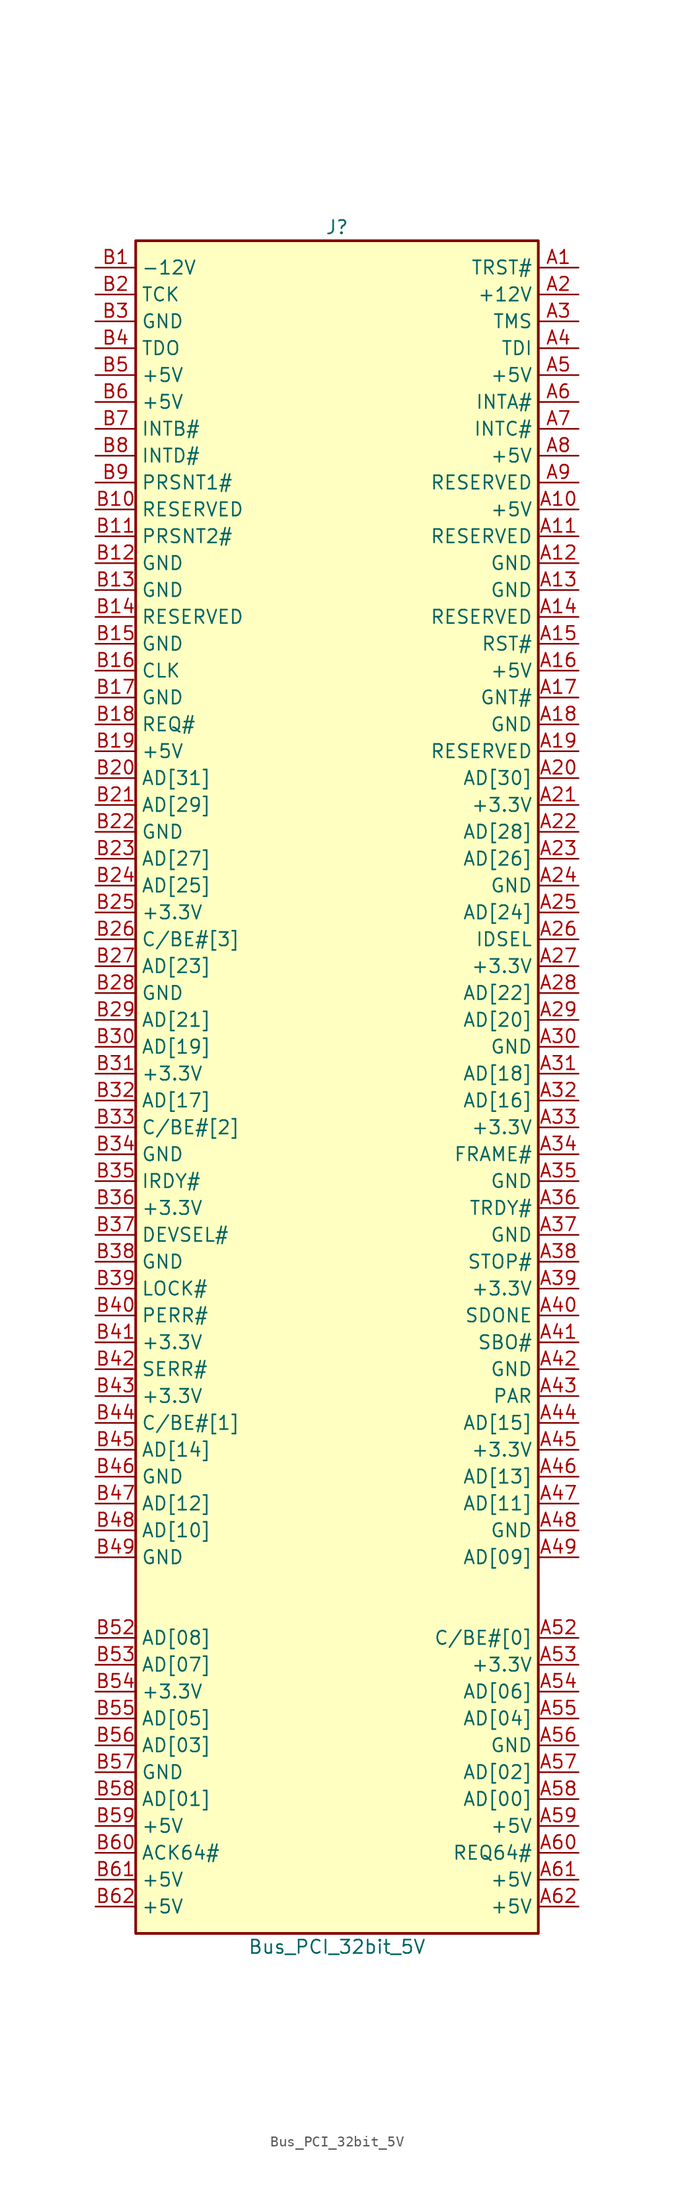
<source format=kicad_sym>
(kicad_symbol_lib
  (version 20220914)
  (generator kicad_symbol_editor)
  (symbol "Bus_PCI_32bit_5V"
    (property "Reference" "J"
      (at 0 80.01 0)
      (effects (font (size 1.27 1.27))))
    (property "Value" "Bus_PCI_32bit_5V"
      (at 0 -82.55 0)
      (effects (font (size 1.27 1.27))))
    (symbol "Bus_PCI_32bit_5V_0_1"
      (rectangle (start -19.05 -81.28) (end 19.05 78.74) (stroke (width 0.254) (type default)) (fill (type background))))
    (symbol "Bus_PCI_32bit_5V_1_1"
      (pin output line (at 22.86 76.2 180) (length 3.81) (name "TRST#" (effects (font (size 1.27 1.27)))) (number "A1" (effects (font (size 1.27 1.27)))))
      (pin power_in line (at 22.86 53.34 180) (length 3.81) (name "+5V" (effects (font (size 1.27 1.27)))) (number "A10" (effects (font (size 1.27 1.27)))))
      (pin passive line (at 22.86 50.8 180) (length 3.81) (name "RESERVED" (effects (font (size 1.27 1.27)))) (number "A11" (effects (font (size 1.27 1.27)))))
      (pin power_in line (at 22.86 48.26 180) (length 3.81) (name "GND" (effects (font (size 1.27 1.27)))) (number "A12" (effects (font (size 1.27 1.27)))))
      (pin power_in line (at 22.86 45.72 180) (length 3.81) (name "GND" (effects (font (size 1.27 1.27)))) (number "A13" (effects (font (size 1.27 1.27)))))
      (pin passive line (at 22.86 43.18 180) (length 3.81) (name "RESERVED" (effects (font (size 1.27 1.27)))) (number "A14" (effects (font (size 1.27 1.27)))))
      (pin output line (at 22.86 40.64 180) (length 3.81) (name "RST#" (effects (font (size 1.27 1.27)))) (number "A15" (effects (font (size 1.27 1.27)))))
      (pin power_in line (at 22.86 38.1 180) (length 3.81) (name "+5V" (effects (font (size 1.27 1.27)))) (number "A16" (effects (font (size 1.27 1.27)))))
      (pin bidirectional line (at 22.86 35.56 180) (length 3.81) (name "GNT#" (effects (font (size 1.27 1.27)))) (number "A17" (effects (font (size 1.27 1.27)))))
      (pin power_in line (at 22.86 33.02 180) (length 3.81) (name "GND" (effects (font (size 1.27 1.27)))) (number "A18" (effects (font (size 1.27 1.27)))))
      (pin passive line (at 22.86 30.48 180) (length 3.81) (name "RESERVED" (effects (font (size 1.27 1.27)))) (number "A19" (effects (font (size 1.27 1.27)))))
      (pin power_in line (at 22.86 73.66 180) (length 3.81) (name "+12V" (effects (font (size 1.27 1.27)))) (number "A2" (effects (font (size 1.27 1.27)))))
      (pin bidirectional line (at 22.86 27.94 180) (length 3.81) (name "AD[30]" (effects (font (size 1.27 1.27)))) (number "A20" (effects (font (size 1.27 1.27)))))
      (pin power_in line (at 22.86 25.4 180) (length 3.81) (name "+3.3V" (effects (font (size 1.27 1.27)))) (number "A21" (effects (font (size 1.27 1.27)))))
      (pin bidirectional line (at 22.86 22.86 180) (length 3.81) (name "AD[28]" (effects (font (size 1.27 1.27)))) (number "A22" (effects (font (size 1.27 1.27)))))
      (pin bidirectional line (at 22.86 20.32 180) (length 3.81) (name "AD[26]" (effects (font (size 1.27 1.27)))) (number "A23" (effects (font (size 1.27 1.27)))))
      (pin power_in line (at 22.86 17.78 180) (length 3.81) (name "GND" (effects (font (size 1.27 1.27)))) (number "A24" (effects (font (size 1.27 1.27)))))
      (pin bidirectional line (at 22.86 15.24 180) (length 3.81) (name "AD[24]" (effects (font (size 1.27 1.27)))) (number "A25" (effects (font (size 1.27 1.27)))))
      (pin output line (at 22.86 12.7 180) (length 3.81) (name "IDSEL" (effects (font (size 1.27 1.27)))) (number "A26" (effects (font (size 1.27 1.27)))))
      (pin power_in line (at 22.86 10.16 180) (length 3.81) (name "+3.3V" (effects (font (size 1.27 1.27)))) (number "A27" (effects (font (size 1.27 1.27)))))
      (pin bidirectional line (at 22.86 7.62 180) (length 3.81) (name "AD[22]" (effects (font (size 1.27 1.27)))) (number "A28" (effects (font (size 1.27 1.27)))))
      (pin bidirectional line (at 22.86 5.08 180) (length 3.81) (name "AD[20]" (effects (font (size 1.27 1.27)))) (number "A29" (effects (font (size 1.27 1.27)))))
      (pin output line (at 22.86 71.12 180) (length 3.81) (name "TMS" (effects (font (size 1.27 1.27)))) (number "A3" (effects (font (size 1.27 1.27)))))
      (pin power_in line (at 22.86 2.54 180) (length 3.81) (name "GND" (effects (font (size 1.27 1.27)))) (number "A30" (effects (font (size 1.27 1.27)))))
      (pin bidirectional line (at 22.86 0 180) (length 3.81) (name "AD[18]" (effects (font (size 1.27 1.27)))) (number "A31" (effects (font (size 1.27 1.27)))))
      (pin bidirectional line (at 22.86 -2.54 180) (length 3.81) (name "AD[16]" (effects (font (size 1.27 1.27)))) (number "A32" (effects (font (size 1.27 1.27)))))
      (pin power_in line (at 22.86 -5.08 180) (length 3.81) (name "+3.3V" (effects (font (size 1.27 1.27)))) (number "A33" (effects (font (size 1.27 1.27)))))
      (pin bidirectional line (at 22.86 -7.62 180) (length 3.81) (name "FRAME#" (effects (font (size 1.27 1.27)))) (number "A34" (effects (font (size 1.27 1.27)))))
      (pin power_in line (at 22.86 -10.16 180) (length 3.81) (name "GND" (effects (font (size 1.27 1.27)))) (number "A35" (effects (font (size 1.27 1.27)))))
      (pin bidirectional line (at 22.86 -12.7 180) (length 3.81) (name "TRDY#" (effects (font (size 1.27 1.27)))) (number "A36" (effects (font (size 1.27 1.27)))))
      (pin power_in line (at 22.86 -15.24 180) (length 3.81) (name "GND" (effects (font (size 1.27 1.27)))) (number "A37" (effects (font (size 1.27 1.27)))))
      (pin bidirectional line (at 22.86 -17.78 180) (length 3.81) (name "STOP#" (effects (font (size 1.27 1.27)))) (number "A38" (effects (font (size 1.27 1.27)))))
      (pin power_in line (at 22.86 -20.32 180) (length 3.81) (name "+3.3V" (effects (font (size 1.27 1.27)))) (number "A39" (effects (font (size 1.27 1.27)))))
      (pin output line (at 22.86 68.58 180) (length 3.81) (name "TDI" (effects (font (size 1.27 1.27)))) (number "A4" (effects (font (size 1.27 1.27)))))
      (pin bidirectional line (at 22.86 -22.86 180) (length 3.81) (name "SDONE" (effects (font (size 1.27 1.27)))) (number "A40" (effects (font (size 1.27 1.27)))))
      (pin bidirectional line (at 22.86 -25.4 180) (length 3.81) (name "SBO#" (effects (font (size 1.27 1.27)))) (number "A41" (effects (font (size 1.27 1.27)))))
      (pin power_in line (at 22.86 -27.94 180) (length 3.81) (name "GND" (effects (font (size 1.27 1.27)))) (number "A42" (effects (font (size 1.27 1.27)))))
      (pin bidirectional line (at 22.86 -30.48 180) (length 3.81) (name "PAR" (effects (font (size 1.27 1.27)))) (number "A43" (effects (font (size 1.27 1.27)))))
      (pin bidirectional line (at 22.86 -33.02 180) (length 3.81) (name "AD[15]" (effects (font (size 1.27 1.27)))) (number "A44" (effects (font (size 1.27 1.27)))))
      (pin power_in line (at 22.86 -35.56 180) (length 3.81) (name "+3.3V" (effects (font (size 1.27 1.27)))) (number "A45" (effects (font (size 1.27 1.27)))))
      (pin bidirectional line (at 22.86 -38.1 180) (length 3.81) (name "AD[13]" (effects (font (size 1.27 1.27)))) (number "A46" (effects (font (size 1.27 1.27)))))
      (pin bidirectional line (at 22.86 -40.64 180) (length 3.81) (name "AD[11]" (effects (font (size 1.27 1.27)))) (number "A47" (effects (font (size 1.27 1.27)))))
      (pin power_in line (at 22.86 -43.18 180) (length 3.81) (name "GND" (effects (font (size 1.27 1.27)))) (number "A48" (effects (font (size 1.27 1.27)))))
      (pin bidirectional line (at 22.86 -45.72 180) (length 3.81) (name "AD[09]" (effects (font (size 1.27 1.27)))) (number "A49" (effects (font (size 1.27 1.27)))))
      (pin power_in line (at 22.86 66.04 180) (length 3.81) (name "+5V" (effects (font (size 1.27 1.27)))) (number "A5" (effects (font (size 1.27 1.27)))))
      (pin bidirectional line (at 22.86 -53.34 180) (length 3.81) (name "C/BE#[0]" (effects (font (size 1.27 1.27)))) (number "A52" (effects (font (size 1.27 1.27)))))
      (pin power_in line (at 22.86 -55.88 180) (length 3.81) (name "+3.3V" (effects (font (size 1.27 1.27)))) (number "A53" (effects (font (size 1.27 1.27)))))
      (pin bidirectional line (at 22.86 -58.42 180) (length 3.81) (name "AD[06]" (effects (font (size 1.27 1.27)))) (number "A54" (effects (font (size 1.27 1.27)))))
      (pin bidirectional line (at 22.86 -60.96 180) (length 3.81) (name "AD[04]" (effects (font (size 1.27 1.27)))) (number "A55" (effects (font (size 1.27 1.27)))))
      (pin power_in line (at 22.86 -63.5 180) (length 3.81) (name "GND" (effects (font (size 1.27 1.27)))) (number "A56" (effects (font (size 1.27 1.27)))))
      (pin bidirectional line (at 22.86 -66.04 180) (length 3.81) (name "AD[02]" (effects (font (size 1.27 1.27)))) (number "A57" (effects (font (size 1.27 1.27)))))
      (pin bidirectional line (at 22.86 -68.58 180) (length 3.81) (name "AD[00]" (effects (font (size 1.27 1.27)))) (number "A58" (effects (font (size 1.27 1.27)))))
      (pin power_in line (at 22.86 -71.12 180) (length 3.81) (name "+5V" (effects (font (size 1.27 1.27)))) (number "A59" (effects (font (size 1.27 1.27)))))
      (pin input line (at 22.86 63.5 180) (length 3.81) (name "INTA#" (effects (font (size 1.27 1.27)))) (number "A6" (effects (font (size 1.27 1.27)))))
      (pin bidirectional line (at 22.86 -73.66 180) (length 3.81) (name "REQ64#" (effects (font (size 1.27 1.27)))) (number "A60" (effects (font (size 1.27 1.27)))))
      (pin power_in line (at 22.86 -76.2 180) (length 3.81) (name "+5V" (effects (font (size 1.27 1.27)))) (number "A61" (effects (font (size 1.27 1.27)))))
      (pin power_in line (at 22.86 -78.74 180) (length 3.81) (name "+5V" (effects (font (size 1.27 1.27)))) (number "A62" (effects (font (size 1.27 1.27)))))
      (pin input line (at 22.86 60.96 180) (length 3.81) (name "INTC#" (effects (font (size 1.27 1.27)))) (number "A7" (effects (font (size 1.27 1.27)))))
      (pin power_in line (at 22.86 58.42 180) (length 3.81) (name "+5V" (effects (font (size 1.27 1.27)))) (number "A8" (effects (font (size 1.27 1.27)))))
      (pin passive line (at 22.86 55.88 180) (length 3.81) (name "RESERVED" (effects (font (size 1.27 1.27)))) (number "A9" (effects (font (size 1.27 1.27)))))
      (pin power_in line (at -22.86 76.2 0) (length 3.81) (name "-12V" (effects (font (size 1.27 1.27)))) (number "B1" (effects (font (size 1.27 1.27)))))
      (pin passive line (at -22.86 53.34 0) (length 3.81) (name "RESERVED" (effects (font (size 1.27 1.27)))) (number "B10" (effects (font (size 1.27 1.27)))))
      (pin input line (at -22.86 50.8 0) (length 3.81) (name "PRSNT2#" (effects (font (size 1.27 1.27)))) (number "B11" (effects (font (size 1.27 1.27)))))
      (pin power_in line (at -22.86 48.26 0) (length 3.81) (name "GND" (effects (font (size 1.27 1.27)))) (number "B12" (effects (font (size 1.27 1.27)))))
      (pin power_in line (at -22.86 45.72 0) (length 3.81) (name "GND" (effects (font (size 1.27 1.27)))) (number "B13" (effects (font (size 1.27 1.27)))))
      (pin passive line (at -22.86 43.18 0) (length 3.81) (name "RESERVED" (effects (font (size 1.27 1.27)))) (number "B14" (effects (font (size 1.27 1.27)))))
      (pin power_in line (at -22.86 40.64 0) (length 3.81) (name "GND" (effects (font (size 1.27 1.27)))) (number "B15" (effects (font (size 1.27 1.27)))))
      (pin output line (at -22.86 38.1 0) (length 3.81) (name "CLK" (effects (font (size 1.27 1.27)))) (number "B16" (effects (font (size 1.27 1.27)))))
      (pin power_in line (at -22.86 35.56 0) (length 3.81) (name "GND" (effects (font (size 1.27 1.27)))) (number "B17" (effects (font (size 1.27 1.27)))))
      (pin bidirectional line (at -22.86 33.02 0) (length 3.81) (name "REQ#" (effects (font (size 1.27 1.27)))) (number "B18" (effects (font (size 1.27 1.27)))))
      (pin power_in line (at -22.86 30.48 0) (length 3.81) (name "+5V" (effects (font (size 1.27 1.27)))) (number "B19" (effects (font (size 1.27 1.27)))))
      (pin output line (at -22.86 73.66 0) (length 3.81) (name "TCK" (effects (font (size 1.27 1.27)))) (number "B2" (effects (font (size 1.27 1.27)))))
      (pin bidirectional line (at -22.86 27.94 0) (length 3.81) (name "AD[31]" (effects (font (size 1.27 1.27)))) (number "B20" (effects (font (size 1.27 1.27)))))
      (pin bidirectional line (at -22.86 25.4 0) (length 3.81) (name "AD[29]" (effects (font (size 1.27 1.27)))) (number "B21" (effects (font (size 1.27 1.27)))))
      (pin power_in line (at -22.86 22.86 0) (length 3.81) (name "GND" (effects (font (size 1.27 1.27)))) (number "B22" (effects (font (size 1.27 1.27)))))
      (pin bidirectional line (at -22.86 20.32 0) (length 3.81) (name "AD[27]" (effects (font (size 1.27 1.27)))) (number "B23" (effects (font (size 1.27 1.27)))))
      (pin bidirectional line (at -22.86 17.78 0) (length 3.81) (name "AD[25]" (effects (font (size 1.27 1.27)))) (number "B24" (effects (font (size 1.27 1.27)))))
      (pin power_in line (at -22.86 15.24 0) (length 3.81) (name "+3.3V" (effects (font (size 1.27 1.27)))) (number "B25" (effects (font (size 1.27 1.27)))))
      (pin bidirectional line (at -22.86 12.7 0) (length 3.81) (name "C/BE#[3]" (effects (font (size 1.27 1.27)))) (number "B26" (effects (font (size 1.27 1.27)))))
      (pin bidirectional line (at -22.86 10.16 0) (length 3.81) (name "AD[23]" (effects (font (size 1.27 1.27)))) (number "B27" (effects (font (size 1.27 1.27)))))
      (pin power_in line (at -22.86 7.62 0) (length 3.81) (name "GND" (effects (font (size 1.27 1.27)))) (number "B28" (effects (font (size 1.27 1.27)))))
      (pin bidirectional line (at -22.86 5.08 0) (length 3.81) (name "AD[21]" (effects (font (size 1.27 1.27)))) (number "B29" (effects (font (size 1.27 1.27)))))
      (pin power_in line (at -22.86 71.12 0) (length 3.81) (name "GND" (effects (font (size 1.27 1.27)))) (number "B3" (effects (font (size 1.27 1.27)))))
      (pin bidirectional line (at -22.86 2.54 0) (length 3.81) (name "AD[19]" (effects (font (size 1.27 1.27)))) (number "B30" (effects (font (size 1.27 1.27)))))
      (pin power_in line (at -22.86 0 0) (length 3.81) (name "+3.3V" (effects (font (size 1.27 1.27)))) (number "B31" (effects (font (size 1.27 1.27)))))
      (pin bidirectional line (at -22.86 -2.54 0) (length 3.81) (name "AD[17]" (effects (font (size 1.27 1.27)))) (number "B32" (effects (font (size 1.27 1.27)))))
      (pin bidirectional line (at -22.86 -5.08 0) (length 3.81) (name "C/BE#[2]" (effects (font (size 1.27 1.27)))) (number "B33" (effects (font (size 1.27 1.27)))))
      (pin power_in line (at -22.86 -7.62 0) (length 3.81) (name "GND" (effects (font (size 1.27 1.27)))) (number "B34" (effects (font (size 1.27 1.27)))))
      (pin bidirectional line (at -22.86 -10.16 0) (length 3.81) (name "IRDY#" (effects (font (size 1.27 1.27)))) (number "B35" (effects (font (size 1.27 1.27)))))
      (pin power_in line (at -22.86 -12.7 0) (length 3.81) (name "+3.3V" (effects (font (size 1.27 1.27)))) (number "B36" (effects (font (size 1.27 1.27)))))
      (pin bidirectional line (at -22.86 -15.24 0) (length 3.81) (name "DEVSEL#" (effects (font (size 1.27 1.27)))) (number "B37" (effects (font (size 1.27 1.27)))))
      (pin power_in line (at -22.86 -17.78 0) (length 3.81) (name "GND" (effects (font (size 1.27 1.27)))) (number "B38" (effects (font (size 1.27 1.27)))))
      (pin bidirectional line (at -22.86 -20.32 0) (length 3.81) (name "LOCK#" (effects (font (size 1.27 1.27)))) (number "B39" (effects (font (size 1.27 1.27)))))
      (pin input line (at -22.86 68.58 0) (length 3.81) (name "TDO" (effects (font (size 1.27 1.27)))) (number "B4" (effects (font (size 1.27 1.27)))))
      (pin bidirectional line (at -22.86 -22.86 0) (length 3.81) (name "PERR#" (effects (font (size 1.27 1.27)))) (number "B40" (effects (font (size 1.27 1.27)))))
      (pin power_in line (at -22.86 -25.4 0) (length 3.81) (name "+3.3V" (effects (font (size 1.27 1.27)))) (number "B41" (effects (font (size 1.27 1.27)))))
      (pin input line (at -22.86 -27.94 0) (length 3.81) (name "SERR#" (effects (font (size 1.27 1.27)))) (number "B42" (effects (font (size 1.27 1.27)))))
      (pin power_in line (at -22.86 -30.48 0) (length 3.81) (name "+3.3V" (effects (font (size 1.27 1.27)))) (number "B43" (effects (font (size 1.27 1.27)))))
      (pin bidirectional line (at -22.86 -33.02 0) (length 3.81) (name "C/BE#[1]" (effects (font (size 1.27 1.27)))) (number "B44" (effects (font (size 1.27 1.27)))))
      (pin bidirectional line (at -22.86 -35.56 0) (length 3.81) (name "AD[14]" (effects (font (size 1.27 1.27)))) (number "B45" (effects (font (size 1.27 1.27)))))
      (pin power_in line (at -22.86 -38.1 0) (length 3.81) (name "GND" (effects (font (size 1.27 1.27)))) (number "B46" (effects (font (size 1.27 1.27)))))
      (pin bidirectional line (at -22.86 -40.64 0) (length 3.81) (name "AD[12]" (effects (font (size 1.27 1.27)))) (number "B47" (effects (font (size 1.27 1.27)))))
      (pin bidirectional line (at -22.86 -43.18 0) (length 3.81) (name "AD[10]" (effects (font (size 1.27 1.27)))) (number "B48" (effects (font (size 1.27 1.27)))))
      (pin power_in line (at -22.86 -45.72 0) (length 3.81) (name "GND" (effects (font (size 1.27 1.27)))) (number "B49" (effects (font (size 1.27 1.27)))))
      (pin power_in line (at -22.86 66.04 0) (length 3.81) (name "+5V" (effects (font (size 1.27 1.27)))) (number "B5" (effects (font (size 1.27 1.27)))))
      (pin bidirectional line (at -22.86 -53.34 0) (length 3.81) (name "AD[08]" (effects (font (size 1.27 1.27)))) (number "B52" (effects (font (size 1.27 1.27)))))
      (pin bidirectional line (at -22.86 -55.88 0) (length 3.81) (name "AD[07]" (effects (font (size 1.27 1.27)))) (number "B53" (effects (font (size 1.27 1.27)))))
      (pin input line (at -22.86 -58.42 0) (length 3.81) (name "+3.3V" (effects (font (size 1.27 1.27)))) (number "B54" (effects (font (size 1.27 1.27)))))
      (pin bidirectional line (at -22.86 -60.96 0) (length 3.81) (name "AD[05]" (effects (font (size 1.27 1.27)))) (number "B55" (effects (font (size 1.27 1.27)))))
      (pin bidirectional line (at -22.86 -63.5 0) (length 3.81) (name "AD[03]" (effects (font (size 1.27 1.27)))) (number "B56" (effects (font (size 1.27 1.27)))))
      (pin power_in line (at -22.86 -66.04 0) (length 3.81) (name "GND" (effects (font (size 1.27 1.27)))) (number "B57" (effects (font (size 1.27 1.27)))))
      (pin bidirectional line (at -22.86 -68.58 0) (length 3.81) (name "AD[01]" (effects (font (size 1.27 1.27)))) (number "B58" (effects (font (size 1.27 1.27)))))
      (pin power_in line (at -22.86 -71.12 0) (length 3.81) (name "+5V" (effects (font (size 1.27 1.27)))) (number "B59" (effects (font (size 1.27 1.27)))))
      (pin power_in line (at -22.86 63.5 0) (length 3.81) (name "+5V" (effects (font (size 1.27 1.27)))) (number "B6" (effects (font (size 1.27 1.27)))))
      (pin bidirectional line (at -22.86 -73.66 0) (length 3.81) (name "ACK64#" (effects (font (size 1.27 1.27)))) (number "B60" (effects (font (size 1.27 1.27)))))
      (pin power_in line (at -22.86 -76.2 0) (length 3.81) (name "+5V" (effects (font (size 1.27 1.27)))) (number "B61" (effects (font (size 1.27 1.27)))))
      (pin power_in line (at -22.86 -78.74 0) (length 3.81) (name "+5V" (effects (font (size 1.27 1.27)))) (number "B62" (effects (font (size 1.27 1.27)))))
      (pin input line (at -22.86 60.96 0) (length 3.81) (name "INTB#" (effects (font (size 1.27 1.27)))) (number "B7" (effects (font (size 1.27 1.27)))))
      (pin input line (at -22.86 58.42 0) (length 3.81) (name "INTD#" (effects (font (size 1.27 1.27)))) (number "B8" (effects (font (size 1.27 1.27)))))
      (pin input line (at -22.86 55.88 0) (length 3.81) (name "PRSNT1#" (effects (font (size 1.27 1.27)))) (number "B9" (effects (font (size 1.27 1.27))))))))
</source>
